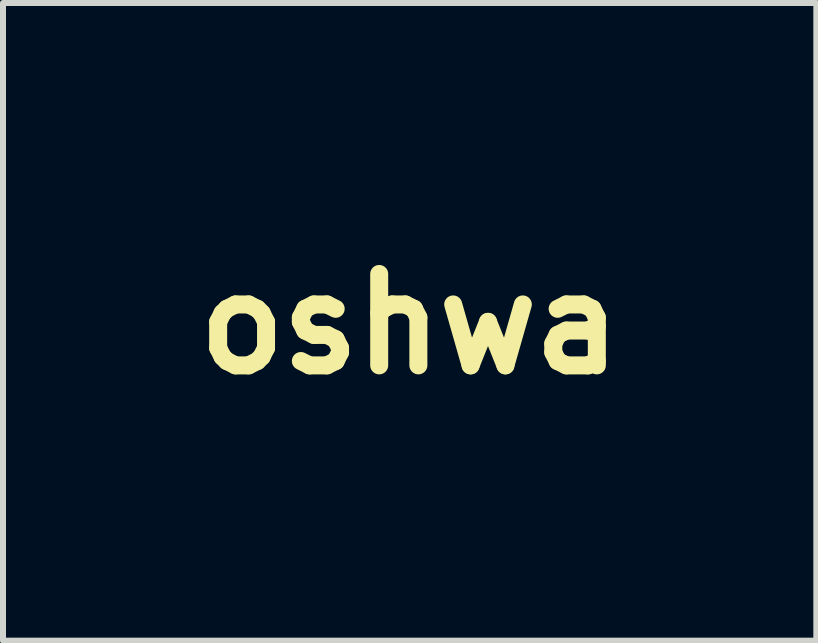
<source format=kicad_pcb>
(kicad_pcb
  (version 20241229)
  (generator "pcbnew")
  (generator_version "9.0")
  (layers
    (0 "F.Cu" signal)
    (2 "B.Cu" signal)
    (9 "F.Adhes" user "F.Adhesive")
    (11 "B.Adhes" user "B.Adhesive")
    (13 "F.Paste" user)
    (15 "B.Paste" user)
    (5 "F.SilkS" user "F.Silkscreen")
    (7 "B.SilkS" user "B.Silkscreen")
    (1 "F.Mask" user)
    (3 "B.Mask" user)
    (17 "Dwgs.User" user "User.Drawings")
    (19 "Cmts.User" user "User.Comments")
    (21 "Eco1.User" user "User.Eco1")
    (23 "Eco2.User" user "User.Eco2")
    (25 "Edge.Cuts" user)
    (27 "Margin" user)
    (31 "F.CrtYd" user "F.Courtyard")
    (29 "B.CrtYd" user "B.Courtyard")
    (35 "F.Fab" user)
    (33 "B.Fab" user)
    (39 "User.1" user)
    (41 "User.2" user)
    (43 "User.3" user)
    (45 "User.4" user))
  (footprint "oshwa"
    (layer "F.Cu")
    (at 3.781 2.353)
    (property "Reference" "oshwa" (at 0 0 0) (layer "F.SilkS") (effects (font (size 1.524 1.524) (thickness 0.3))))
    (attr board_only exclude_from_pos_files exclude_from_bom)
    (fp_poly (pts (xy -0.77 1.714) (xy -0.76 1.757) (xy -0.786 1.825) (xy -0.843 1.84) (xy -0.907 1.818) (xy -0.912 1.77) (xy -0.875 1.706) (xy -0.818 1.686)) (stroke (width 0) (type solid)) (fill yes) (layer "F.Mask"))
    (fp_poly (pts (xy 0.03 1.714) (xy 0.04 1.757) (xy 0.014 1.825) (xy -0.043 1.84) (xy -0.107 1.818) (xy -0.112 1.77) (xy -0.075 1.706) (xy -0.018 1.686)) (stroke (width 0) (type solid)) (fill yes) (layer "F.Mask"))
    (fp_poly (pts (xy 0.83 1.714) (xy 0.84 1.757) (xy 0.814 1.825) (xy 0.757 1.84) (xy 0.693 1.818) (xy 0.688 1.77) (xy 0.725 1.706) (xy 0.782 1.686)) (stroke (width 0) (type solid)) (fill yes) (layer "F.Mask"))
    (fp_poly (pts (xy 1.629 1.284) (xy 1.655 1.303) (xy 1.67 1.351) (xy 1.678 1.444) (xy 1.68 1.594) (xy 1.68 1.72) (xy 1.68 2.16) (xy 1.78 2.16) (xy 1.86 2.181) (xy 1.88 2.22) (xy 1.864 2.253) (xy 1.804 2.271) (xy 1.688 2.279) (xy 1.6 2.28) (xy 1.448 2.276) (xy 1.361 2.264) (xy 1.324 2.239) (xy 1.32 2.22) (xy 1.355 2.173) (xy 1.442 2.16) (xy 1.563 2.16) (xy 1.54 1.42) (xy 1.43 1.433) (xy 1.343 1.427) (xy 1.32 1.388) (xy 1.357 1.332) (xy 1.455 1.294) (xy 1.59 1.281)) (stroke (width 0) (type solid)) (fill yes) (layer "F.Mask"))
    (fp_poly (pts (xy 2.429 1.284) (xy 2.455 1.303) (xy 2.47 1.351) (xy 2.478 1.444) (xy 2.48 1.594) (xy 2.48 1.72) (xy 2.48 2.16) (xy 2.58 2.16) (xy 2.66 2.181) (xy 2.68 2.22) (xy 2.664 2.253) (xy 2.604 2.271) (xy 2.488 2.279) (xy 2.4 2.28) (xy 2.248 2.276) (xy 2.161 2.264) (xy 2.124 2.239) (xy 2.12 2.22) (xy 2.155 2.173) (xy 2.242 2.16) (xy 2.363 2.16) (xy 2.34 1.42) (xy 2.23 1.433) (xy 2.143 1.427) (xy 2.12 1.388) (xy 2.157 1.332) (xy 2.255 1.294) (xy 2.39 1.281)) (stroke (width 0) (type solid)) (fill yes) (layer "F.Mask"))
    (fp_poly (pts (xy -1.462 1.283) (xy -1.369 1.294) (xy -1.327 1.317) (xy -1.32 1.34) (xy -1.34 1.376) (xy -1.409 1.395) (xy -1.54 1.4) (xy -1.76 1.4) (xy -1.76 1.68) (xy -1.56 1.68) (xy -1.434 1.686) (xy -1.373 1.709) (xy -1.36 1.74) (xy -1.381 1.778) (xy -1.456 1.796) (xy -1.56 1.8) (xy -1.76 1.8) (xy -1.76 2.16) (xy -1.54 2.16) (xy -1.407 2.165) (xy -1.339 2.184) (xy -1.32 2.22) (xy -1.336 2.252) (xy -1.393 2.27) (xy -1.505 2.279) (xy -1.62 2.28) (xy -1.92 2.28) (xy -1.92 1.28) (xy -1.62 1.28)) (stroke (width 0) (type solid)) (fill yes) (layer "F.Mask"))
    (fp_poly (pts (xy 1.9 -1.98) (xy 1.913 -1.87) (xy 1.925 -1.761) (xy -0.387 -1.75) (xy -2.7 -1.74) (xy -2.721 0.48) (xy 2.72 0.48) (xy 2.72 -2) (xy 2.961 -2) (xy 2.94 0.74) (xy 0.017 0.75) (xy -0.46 0.752) (xy -0.913 0.752) (xy -1.336 0.752) (xy -1.723 0.751) (xy -2.068 0.75) (xy -2.364 0.747) (xy -2.605 0.745) (xy -2.784 0.741) (xy -2.896 0.738) (xy -2.933 0.734) (xy -2.939 0.689) (xy -2.945 0.573) (xy -2.95 0.396) (xy -2.955 0.168) (xy -2.958 -0.102) (xy -2.96 -0.406) (xy -2.96 -0.647) (xy -2.96 -2.001)) (stroke (width 0) (type solid)) (fill yes) (layer "F.Mask"))
    (fp_poly (pts (xy -0.702 1.305) (xy -0.617 1.377) (xy -0.558 1.504) (xy -0.527 1.665) (xy -0.523 1.839) (xy -0.545 2.007) (xy -0.595 2.147) (xy -0.671 2.239) (xy -0.702 2.255) (xy -0.856 2.278) (xy -0.993 2.222) (xy -1.043 2.177) (xy -1.095 2.111) (xy -1.124 2.037) (xy -1.137 1.929) (xy -1.14 1.78) (xy -1 1.78) (xy -0.993 1.92) (xy -0.974 2.036) (xy -0.959 2.083) (xy -0.887 2.149) (xy -0.794 2.15) (xy -0.715 2.094) (xy -0.681 2.009) (xy -0.662 1.866) (xy -0.66 1.78) (xy -0.675 1.586) (xy -0.72 1.463) (xy -0.799 1.406) (xy -0.843 1.4) (xy -0.925 1.434) (xy -0.976 1.539) (xy -0.999 1.715) (xy -1 1.78) (xy -1.14 1.78) (xy -1.137 1.62) (xy -1.122 1.516) (xy -1.091 1.443) (xy -1.043 1.383) (xy -0.914 1.296) (xy -0.767 1.286)) (stroke (width 0) (type solid)) (fill yes) (layer "F.Mask"))
    (fp_poly (pts (xy 0.098 1.305) (xy 0.183 1.377) (xy 0.242 1.504) (xy 0.273 1.665) (xy 0.277 1.839) (xy 0.255 2.007) (xy 0.205 2.147) (xy 0.129 2.239) (xy 0.098 2.255) (xy -0.056 2.278) (xy -0.193 2.222) (xy -0.243 2.177) (xy -0.295 2.111) (xy -0.324 2.037) (xy -0.337 1.929) (xy -0.34 1.78) (xy -0.2 1.78) (xy -0.193 1.92) (xy -0.174 2.036) (xy -0.159 2.083) (xy -0.087 2.149) (xy 0.006 2.15) (xy 0.085 2.094) (xy 0.119 2.009) (xy 0.138 1.866) (xy 0.14 1.78) (xy 0.125 1.586) (xy 0.08 1.463) (xy 0.001 1.406) (xy -0.043 1.4) (xy -0.125 1.434) (xy -0.176 1.539) (xy -0.199 1.715) (xy -0.2 1.78) (xy -0.34 1.78) (xy -0.337 1.62) (xy -0.322 1.516) (xy -0.291 1.443) (xy -0.243 1.383) (xy -0.114 1.296) (xy 0.033 1.286)) (stroke (width 0) (type solid)) (fill yes) (layer "F.Mask"))
    (fp_poly (pts (xy 0.898 1.305) (xy 0.983 1.377) (xy 1.042 1.504) (xy 1.073 1.665) (xy 1.077 1.839) (xy 1.055 2.007) (xy 1.005 2.147) (xy 0.929 2.239) (xy 0.898 2.255) (xy 0.744 2.278) (xy 0.607 2.222) (xy 0.557 2.177) (xy 0.505 2.111) (xy 0.476 2.037) (xy 0.463 1.929) (xy 0.46 1.78) (xy 0.6 1.78) (xy 0.607 1.92) (xy 0.626 2.036) (xy 0.641 2.083) (xy 0.713 2.149) (xy 0.806 2.15) (xy 0.885 2.094) (xy 0.919 2.009) (xy 0.938 1.866) (xy 0.94 1.78) (xy 0.925 1.586) (xy 0.88 1.463) (xy 0.801 1.406) (xy 0.757 1.4) (xy 0.675 1.434) (xy 0.624 1.539) (xy 0.601 1.715) (xy 0.6 1.78) (xy 0.46 1.78) (xy 0.463 1.62) (xy 0.478 1.516) (xy 0.509 1.443) (xy 0.557 1.383) (xy 0.686 1.296) (xy 0.833 1.286)) (stroke (width 0) (type solid)) (fill yes) (layer "F.Mask"))
    (fp_poly (pts (xy -2.411 1.293) (xy -2.301 1.339) (xy -2.252 1.377) (xy -2.195 1.432) (xy -2.161 1.49) (xy -2.145 1.574) (xy -2.14 1.705) (xy -2.14 1.78) (xy -2.142 1.938) (xy -2.153 2.039) (xy -2.178 2.106) (xy -2.225 2.159) (xy -2.252 2.183) (xy -2.356 2.25) (xy -2.483 2.277) (xy -2.562 2.28) (xy -2.76 2.28) (xy -2.76 1.78) (xy -2.6 1.78) (xy -2.599 1.957) (xy -2.593 2.069) (xy -2.579 2.13) (xy -2.555 2.155) (xy -2.523 2.16) (xy -2.423 2.147) (xy -2.384 2.136) (xy -2.328 2.077) (xy -2.284 1.966) (xy -2.258 1.827) (xy -2.259 1.688) (xy -2.263 1.657) (xy -2.317 1.503) (xy -2.41 1.418) (xy -2.503 1.4) (xy -2.548 1.403) (xy -2.576 1.422) (xy -2.592 1.472) (xy -2.598 1.567) (xy -2.6 1.724) (xy -2.6 1.78) (xy -2.76 1.78) (xy -2.76 1.28) (xy -2.562 1.28)) (stroke (width 0) (type solid)) (fill yes) (layer "F.Mask"))
    (fp_poly (pts (xy 0.92 0.12) (xy 0.82 0.12) (xy 0.772 0.117) (xy 0.742 0.097) (xy 0.727 0.044) (xy 0.721 -0.057) (xy 0.72 -0.22) (xy 0.72 -0.56) (xy 0.2 -0.56) (xy 0.2 -0.22) (xy 0.199 -0.055) (xy 0.192 0.046) (xy 0.176 0.098) (xy 0.147 0.118) (xy 0.119 0.12) (xy 0.043 0.098) (xy 0.018 0.068) (xy 0.012 0.013) (xy 0.008 -0.108) (xy 0.006 -0.28) (xy 0.007 -0.488) (xy 0.009 -0.642) (xy 0.013 -0.885) (xy 0.018 -1.059) (xy 0.026 -1.177) (xy 0.037 -1.25) (xy 0.054 -1.289) (xy 0.079 -1.306) (xy 0.11 -1.313) (xy 0.156 -1.315) (xy 0.182 -1.294) (xy 0.195 -1.235) (xy 0.2 -1.121) (xy 0.2 -1.023) (xy 0.2 -0.72) (xy 0.716 -0.72) (xy 0.728 -1.01) (xy 0.736 -1.161) (xy 0.75 -1.249) (xy 0.774 -1.293) (xy 0.816 -1.31) (xy 0.83 -1.313) (xy 0.92 -1.326)) (stroke (width 0) (type solid)) (fill yes) (layer "F.Mask"))
    (fp_poly (pts (xy -1.667 -1.282) (xy -1.535 -1.185) (xy -1.436 -1.035) (xy -1.405 -0.943) (xy -1.366 -0.695) (xy -1.37 -0.45) (xy -1.414 -0.229) (xy -1.495 -0.05) (xy -1.55 0.019) (xy -1.685 0.103) (xy -1.847 0.127) (xy -2.007 0.093) (xy -2.131 0.009) (xy -2.221 -0.133) (xy -2.281 -0.327) (xy -2.309 -0.549) (xy -2.307 -0.603) (xy -2.098 -0.603) (xy -2.09 -0.416) (xy -2.066 -0.255) (xy -2.027 -0.145) (xy -2.026 -0.143) (xy -1.93 -0.057) (xy -1.815 -0.038) (xy -1.705 -0.088) (xy -1.651 -0.148) (xy -1.608 -0.262) (xy -1.583 -0.427) (xy -1.575 -0.617) (xy -1.586 -0.804) (xy -1.614 -0.962) (xy -1.651 -1.052) (xy -1.748 -1.141) (xy -1.863 -1.162) (xy -1.973 -1.116) (xy -2.026 -1.057) (xy -2.066 -0.949) (xy -2.089 -0.789) (xy -2.098 -0.603) (xy -2.307 -0.603) (xy -2.303 -0.775) (xy -2.261 -0.981) (xy -2.219 -1.081) (xy -2.109 -1.225) (xy -1.969 -1.304) (xy -1.817 -1.322)) (stroke (width 0) (type solid)) (fill yes) (layer "F.Mask"))
    (fp_poly (pts (xy 3.257 1.289) (xy 3.35 1.317) (xy 3.392 1.367) (xy 3.383 1.415) (xy 3.323 1.412) (xy 3.178 1.407) (xy 3.065 1.467) (xy 3.006 1.56) (xy 2.99 1.644) (xy 3.006 1.683) (xy 3.045 1.662) (xy 3.06 1.64) (xy 3.125 1.603) (xy 3.225 1.606) (xy 3.33 1.645) (xy 3.393 1.693) (xy 3.465 1.82) (xy 3.482 1.97) (xy 3.445 2.113) (xy 3.387 2.193) (xy 3.27 2.261) (xy 3.134 2.277) (xy 3.014 2.241) (xy 2.98 2.214) (xy 2.895 2.083) (xy 2.86 1.953) (xy 3.002 1.953) (xy 3.019 2.062) (xy 3.048 2.112) (xy 3.144 2.16) (xy 3.246 2.143) (xy 3.323 2.068) (xy 3.328 2.058) (xy 3.353 1.937) (xy 3.326 1.83) (xy 3.262 1.752) (xy 3.174 1.72) (xy 3.077 1.748) (xy 3.058 1.762) (xy 3.015 1.84) (xy 3.002 1.953) (xy 2.86 1.953) (xy 2.85 1.916) (xy 2.844 1.734) (xy 2.874 1.559) (xy 2.94 1.414) (xy 3.038 1.321) (xy 3.144 1.289)) (stroke (width 0) (type solid)) (fill yes) (layer "F.Mask"))
    (fp_poly (pts (xy -0.445 -1.295) (xy -0.355 -1.263) (xy -0.322 -1.204) (xy -0.32 -1.171) (xy -0.332 -1.101) (xy -0.376 -1.094) (xy -0.39 -1.099) (xy -0.582 -1.15) (xy -0.744 -1.149) (xy -0.863 -1.097) (xy -0.921 -1.016) (xy -0.941 -0.908) (xy -0.9 -0.823) (xy -0.791 -0.755) (xy -0.643 -0.704) (xy -0.447 -0.629) (xy -0.32 -0.529) (xy -0.255 -0.395) (xy -0.24 -0.258) (xy -0.252 -0.133) (xy -0.299 -0.045) (xy -0.363 0.016) (xy -0.454 0.08) (xy -0.553 0.11) (xy -0.693 0.118) (xy -0.713 0.117) (xy -0.856 0.11) (xy -0.979 0.093) (xy -1.03 0.079) (xy -1.105 0.012) (xy -1.12 -0.06) (xy -1.116 -0.127) (xy -1.088 -0.14) (xy -1.014 -0.107) (xy -1.002 -0.101) (xy -0.869 -0.057) (xy -0.718 -0.042) (xy -0.583 -0.058) (xy -0.512 -0.09) (xy -0.428 -0.19) (xy -0.419 -0.294) (xy -0.481 -0.392) (xy -0.61 -0.479) (xy -0.768 -0.537) (xy -0.949 -0.607) (xy -1.061 -0.7) (xy -1.113 -0.827) (xy -1.12 -0.912) (xy -1.088 -1.087) (xy -0.994 -1.216) (xy -0.845 -1.294) (xy -0.645 -1.318)) (stroke (width 0) (type solid)) (fill yes) (layer "F.Mask"))
    (fp_poly (pts (xy 2.5 -2.348) (xy 2.52 -2.325) (xy 2.512 -2.279) (xy 2.489 -2.167) (xy 2.455 -2) (xy 2.41 -1.791) (xy 2.359 -1.552) (xy 2.304 -1.293) (xy 2.247 -1.027) (xy 2.191 -0.767) (xy 2.138 -0.523) (xy 2.091 -0.308) (xy 2.052 -0.134) (xy 2.024 -0.012) (xy 2.014 0.03) (xy 1.973 0.102) (xy 1.905 0.112) (xy 1.863 0.096) (xy 1.828 0.051) (xy 1.793 -0.035) (xy 1.753 -0.178) (xy 1.722 -0.3) (xy 1.625 -0.7) (xy 1.553 -0.38) (xy 1.516 -0.218) (xy 1.484 -0.077) (xy 1.462 0.018) (xy 1.459 0.03) (xy 1.415 0.095) (xy 1.343 0.123) (xy 1.278 0.104) (xy 1.267 0.09) (xy 1.255 0.042) (xy 1.234 -0.071) (xy 1.207 -0.233) (xy 1.177 -0.43) (xy 1.164 -0.52) (xy 1.132 -0.734) (xy 1.102 -0.925) (xy 1.078 -1.077) (xy 1.062 -1.173) (xy 1.058 -1.191) (xy 1.068 -1.271) (xy 1.12 -1.315) (xy 1.188 -1.305) (xy 1.204 -1.292) (xy 1.223 -1.24) (xy 1.248 -1.124) (xy 1.275 -0.963) (xy 1.302 -0.771) (xy 1.303 -0.758) (xy 1.332 -0.537) (xy 1.358 -0.371) (xy 1.378 -0.265) (xy 1.392 -0.226) (xy 1.399 -0.258) (xy 1.4 -0.288) (xy 1.408 -0.356) (xy 1.431 -0.477) (xy 1.462 -0.625) (xy 1.465 -0.637) (xy 1.5 -0.785) (xy 1.529 -0.869) (xy 1.561 -0.907) (xy 1.607 -0.915) (xy 1.632 -0.912) (xy 1.685 -0.899) (xy 1.723 -0.864) (xy 1.753 -0.79) (xy 1.785 -0.66) (xy 1.8 -0.59) (xy 1.833 -0.443) (xy 1.862 -0.328) (xy 1.881 -0.267) (xy 1.884 -0.263) (xy 1.896 -0.296) (xy 1.923 -0.397) (xy 1.96 -0.556) (xy 2.007 -0.765) (xy 2.061 -1.012) (xy 2.12 -1.287) (xy 2.121 -1.293) (xy 2.187 -1.607) (xy 2.24 -1.852) (xy 2.282 -2.035) (xy 2.316 -2.167) (xy 2.344 -2.256) (xy 2.369 -2.31) (xy 2.393 -2.339) (xy 2.42 -2.351) (xy 2.43 -2.353)) (stroke (width 0) (type solid)) (fill yes) (layer "F.Mask")))
  (gr_rect
    (start -3 -3)
    (end 10.562 7.633)
    (stroke (width 0.1) (type default))
    (fill no)
    (layer "Edge.Cuts")))
</source>
